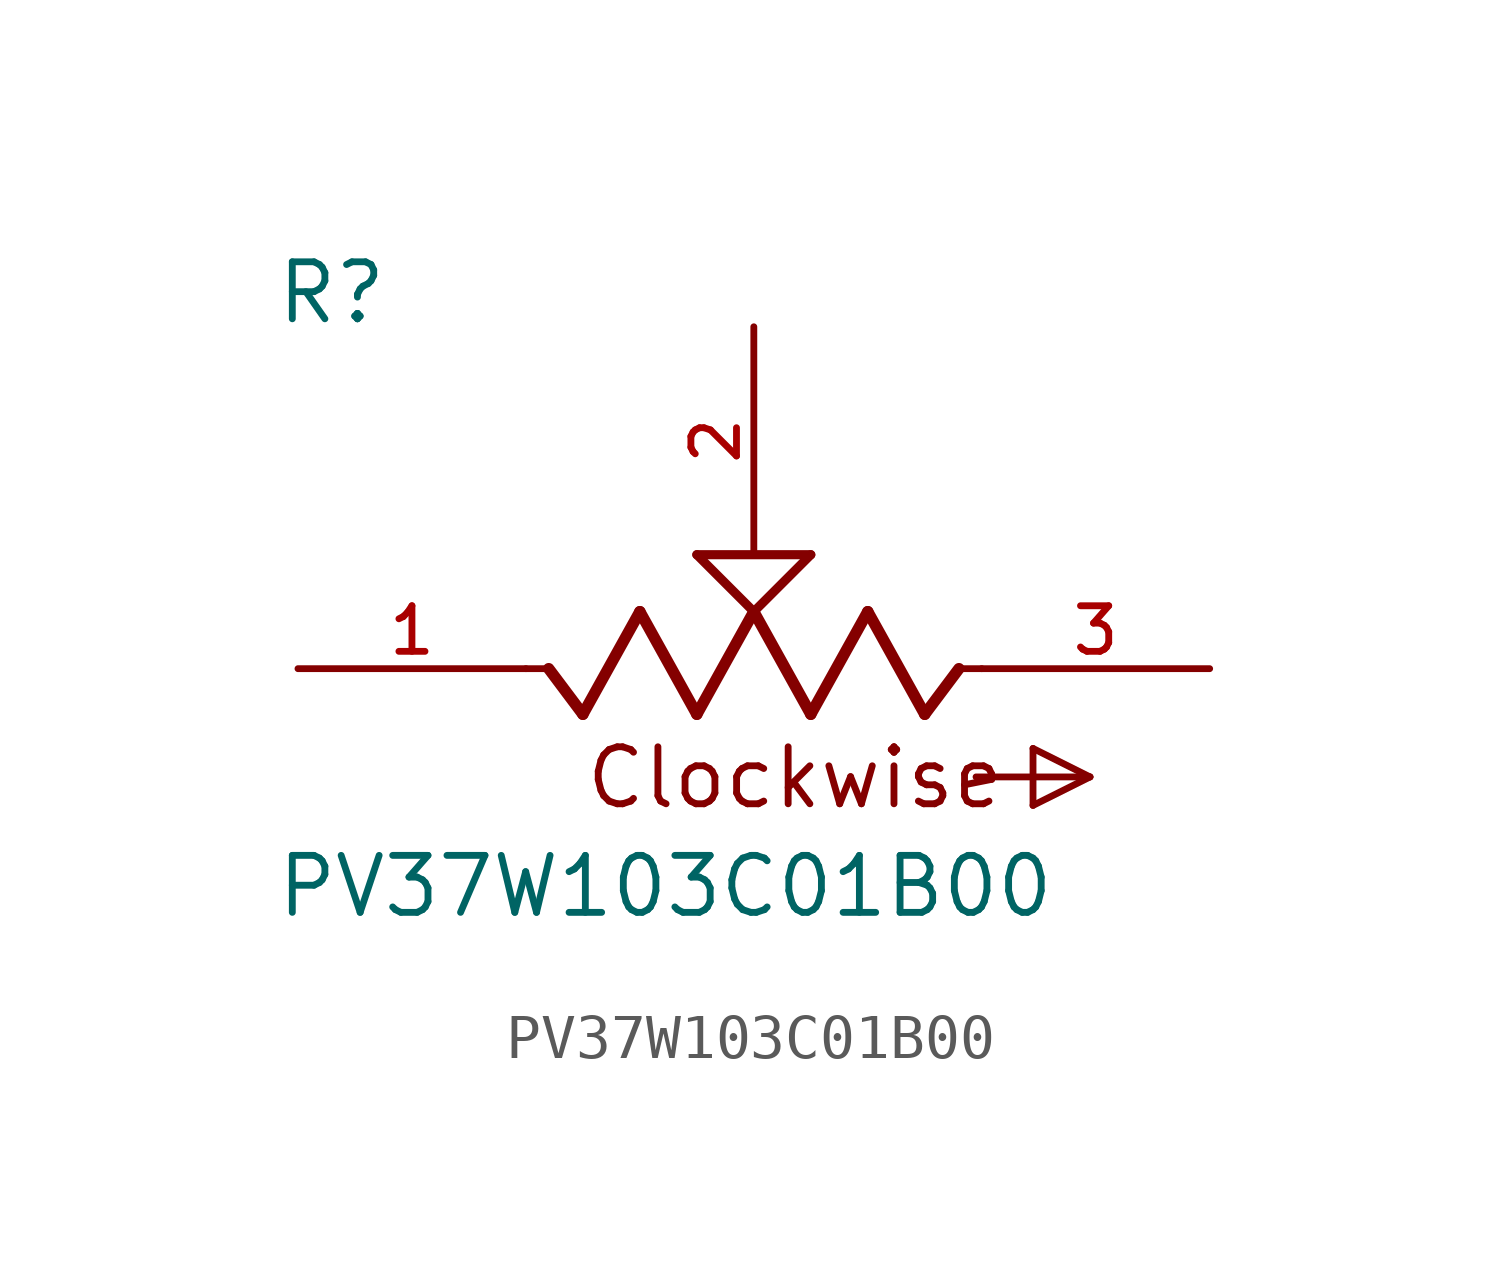
<source format=kicad_sym>
(kicad_symbol_lib
  (version 20211014)
  (generator kicad_symbol_editor)
  (symbol "PV37W103C01B00"
    (pin_names
      (offset 1.016))
    (property "Reference" "R"
      (at -10.689 7.635 0)
      (effects (font (size 1.27 1.27)) (justify bottom left)))
    (property "Value" "PV37W103C01B00"
      (at -10.689 -5.595 0)
      (effects (font (size 1.27 1.27)) (justify bottom left)))
    (symbol "PV37W103C01B00_0_0"
      (polyline (pts (xy 5.08 0.0) (xy 4.572 0.0)) (stroke (width 0.152)))
      (polyline (pts (xy 4.572 0.0) (xy 3.81 -1.016)) (stroke (width 0.254)))
      (polyline (pts (xy 3.81 -1.016) (xy 2.54 1.27)) (stroke (width 0.254)))
      (polyline (pts (xy 2.54 1.27) (xy 1.27 -1.016)) (stroke (width 0.254)))
      (polyline (pts (xy 1.27 -1.016) (xy 0.0 1.27)) (stroke (width 0.254)))
      (polyline (pts (xy 0.0 1.27) (xy -1.27 -1.016)) (stroke (width 0.254)))
      (polyline (pts (xy -1.27 -1.016) (xy -2.54 1.27)) (stroke (width 0.254)))
      (polyline (pts (xy -2.54 1.27) (xy -3.81 -1.016)) (stroke (width 0.254)))
      (polyline (pts (xy -3.81 -1.016) (xy -4.572 0.0)) (stroke (width 0.254)))
      (polyline (pts (xy -4.572 0.0) (xy -5.08 0.0)) (stroke (width 0.152)))
      (polyline (pts (xy 0.0 1.27) (xy -1.27 2.54)) (stroke (width 0.203)))
      (polyline (pts (xy 1.27 2.54) (xy 0.0 1.27)) (stroke (width 0.203)))
      (polyline (pts (xy -1.27 2.54) (xy 1.27 2.54)) (stroke (width 0.203)))
      (polyline (pts (xy 4.953 -2.413) (xy 7.493 -2.413)) (stroke (width 0.152)))
      (polyline (pts (xy 7.493 -2.413) (xy 6.223 -3.048)) (stroke (width 0.152)))
      (polyline (pts (xy 6.223 -3.048) (xy 6.223 -1.778)) (stroke (width 0.152)))
      (polyline (pts (xy 6.223 -1.778) (xy 7.493 -2.413)) (stroke (width 0.152)))
      (text "Clockwise" (at -3.81 -3.175 0) (effects (font (size 1.27 1.27)) (justify bottom left)))
      (pin passive line (at 10.16 0.0 180.0) (length 5.08) (name "~" (effects (font (size 1.016 1.016)))) (number "3" (effects (font (size 1.016 1.016)))))
      (pin passive line (at -10.16 0.0 0) (length 5.08) (name "~" (effects (font (size 1.016 1.016)))) (number "1" (effects (font (size 1.016 1.016)))))
      (pin passive line (at 0.0 7.62 270.0) (length 5.08) (name "~" (effects (font (size 1.016 1.016)))) (number "2" (effects (font (size 1.016 1.016))))))))
</source>
